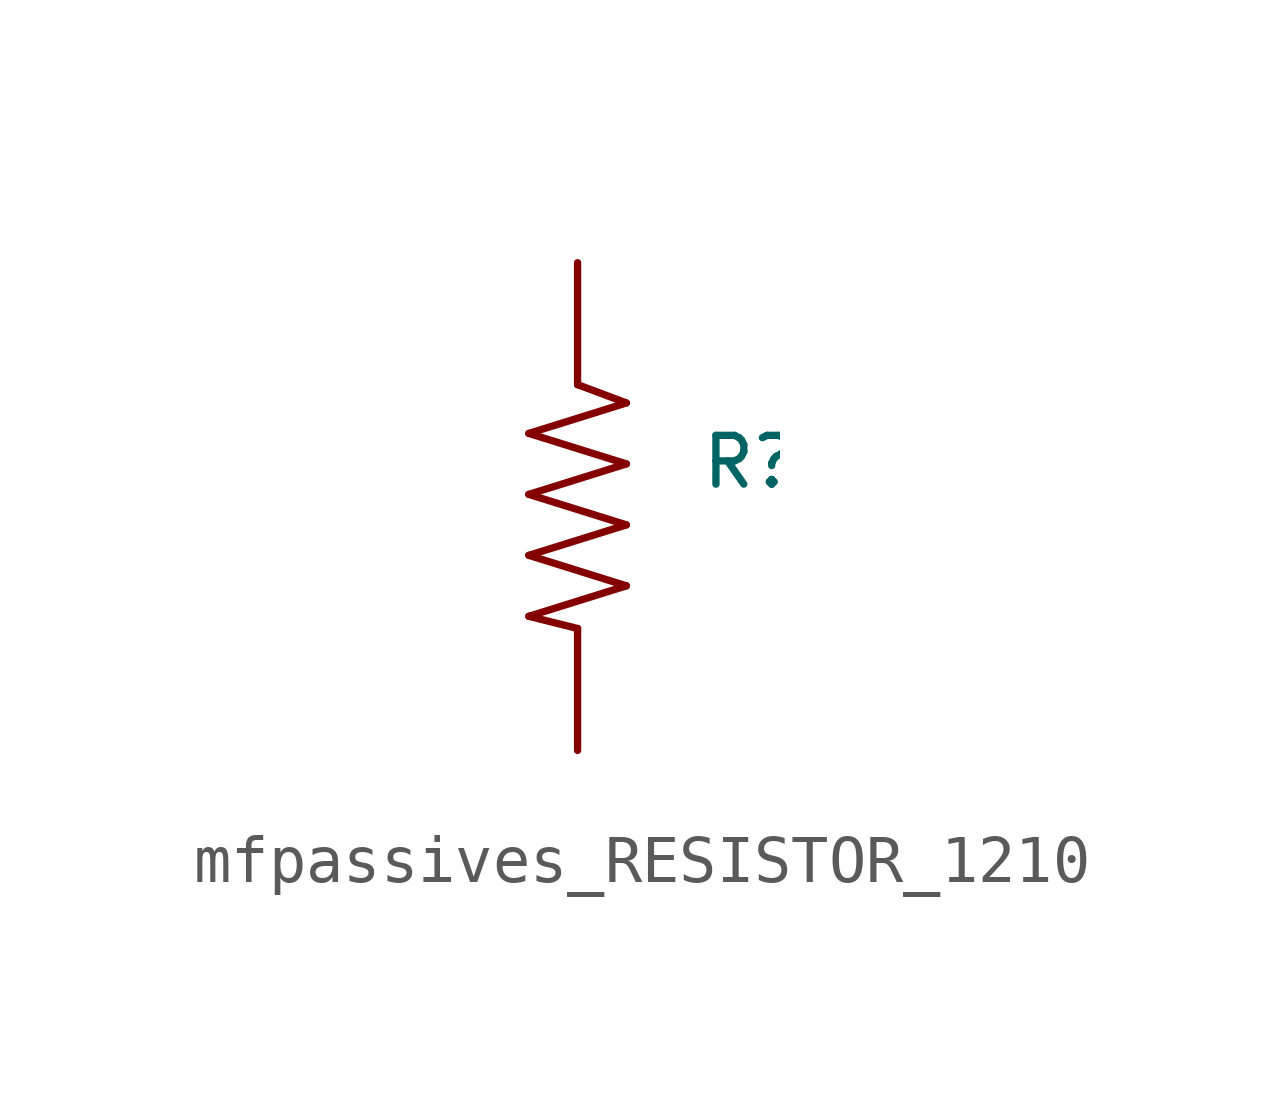
<source format=kicad_sym>
(kicad_symbol_lib
  (version 20241209)
  (generator "kicad_symbol_editor")
  (generator_version "9.0")
  (symbol "mfpassives_RESISTOR_1210"
    (property "Reference" "R"
      (at 2.54 1.524 0)
      (effects (font (size 1.016 1.016)) (justify left top)))
    (property "Value" ""
      (at 2.54 -1.524 0)
      (effects (font (size 1.016 1.016)) (justify left bottom)))
    (property "ki_locked" ""
      (at 0 0 0)
      (effects (font (size 1.27 1.27))))
    (symbol "mfpassives_RESISTOR_1210_1_0"
      (polyline (pts (xy -1.016 1.524) (xy 1.016 0.889)) (stroke (width 0.152) (type solid)) (fill (type none)))
      (polyline (pts (xy -1.016 0.254) (xy 1.016 -0.381)) (stroke (width 0.152) (type solid)) (fill (type none)))
      (polyline (pts (xy -1.016 -1.016) (xy 1.016 -1.651)) (stroke (width 0.152) (type solid)) (fill (type none)))
      (polyline (pts (xy -1.016 -2.286) (xy 0 -2.54)) (stroke (width 0.152) (type solid)) (fill (type none)))
      (polyline (pts (xy 0 2.54) (xy 1.016 2.159)) (stroke (width 0.152) (type solid)) (fill (type none)))
      (polyline (pts (xy 1.016 2.159) (xy -1.016 1.524)) (stroke (width 0.152) (type solid)) (fill (type none)))
      (polyline (pts (xy 1.016 0.889) (xy -1.016 0.254)) (stroke (width 0.152) (type solid)) (fill (type none)))
      (polyline (pts (xy 1.016 -0.381) (xy -1.016 -1.016)) (stroke (width 0.152) (type solid)) (fill (type none)))
      (polyline (pts (xy 1.016 -1.651) (xy -1.016 -2.286)) (stroke (width 0.152) (type solid)) (fill (type none)))
      (pin passive line (at 0 5.08 270) (length 2.54) (name "P$1" (effects (font (size 0 0)))) (number "P$1" (effects (font (size 0 0)))))
      (pin passive line (at 0 -5.08 90) (length 2.54) (name "P$2" (effects (font (size 0 0)))) (number "P$2" (effects (font (size 0 0))))))))
</source>
